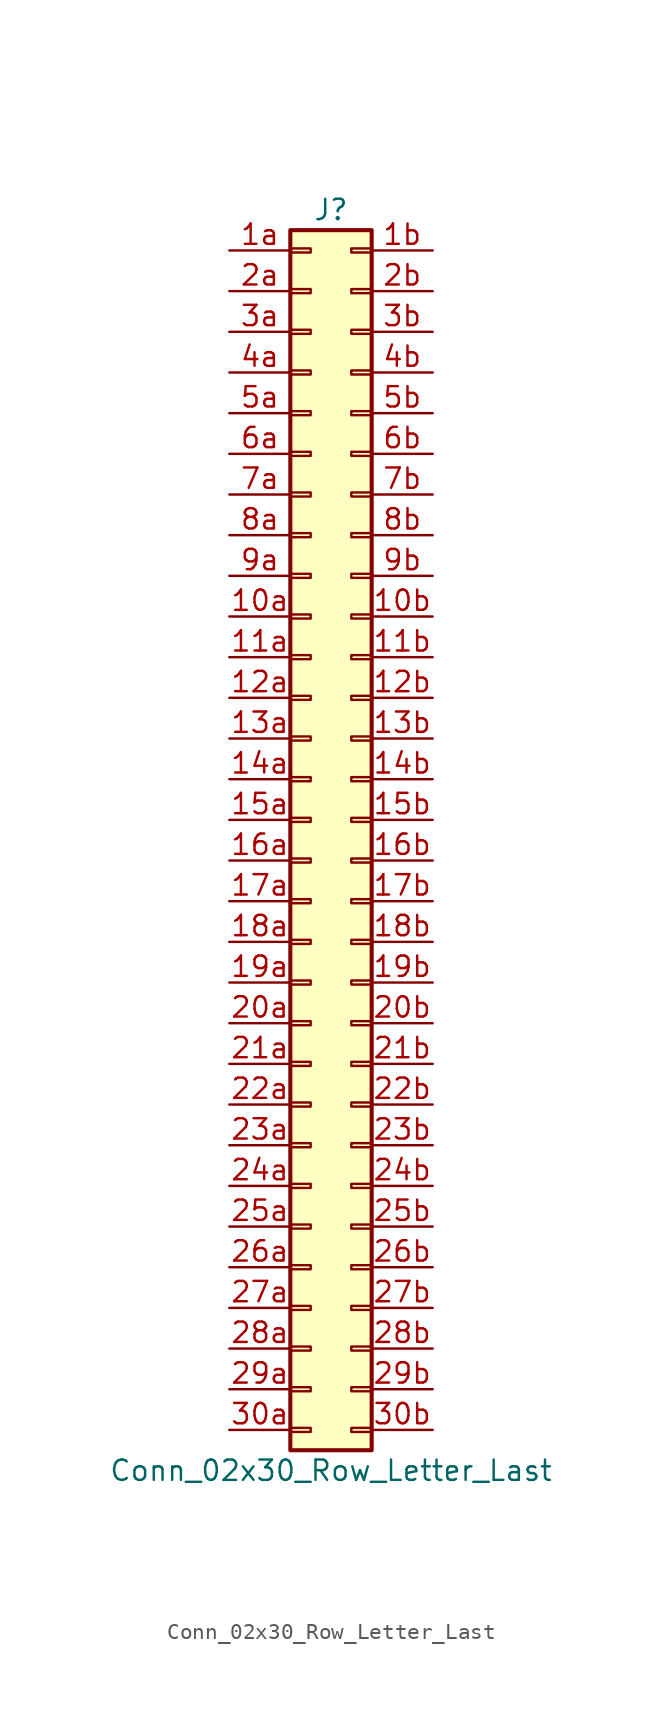
<source format=kicad_sym>
(kicad_symbol_lib
  (version 20201005)
  (generator kicad_symbol_editor)
  (symbol "Conn_02x30_Row_Letter_Last"
    (pin_names
      (offset 1.016) hide)
    (property "Reference" "J"
      (at 1.27 38.1 0)
      (effects (font (size 1.27 1.27))))
    (property "Value" "Conn_02x30_Row_Letter_Last"
      (at 1.27 -40.64 0)
      (effects (font (size 1.27 1.27))))
    (symbol "Conn_02x30_Row_Letter_Last_1_1"
      (rectangle (start -1.27 -37.973) (end 0 -38.227) (stroke (width 0.152)) (fill (type none)))
      (rectangle (start -1.27 -35.433) (end 0 -35.687) (stroke (width 0.152)) (fill (type none)))
      (rectangle (start -1.27 -32.893) (end 0 -33.147) (stroke (width 0.152)) (fill (type none)))
      (rectangle (start -1.27 -30.353) (end 0 -30.607) (stroke (width 0.152)) (fill (type none)))
      (rectangle (start -1.27 -27.813) (end 0 -28.067) (stroke (width 0.152)) (fill (type none)))
      (rectangle (start -1.27 -25.273) (end 0 -25.527) (stroke (width 0.152)) (fill (type none)))
      (rectangle (start -1.27 -22.733) (end 0 -22.987) (stroke (width 0.152)) (fill (type none)))
      (rectangle (start -1.27 -20.193) (end 0 -20.447) (stroke (width 0.152)) (fill (type none)))
      (rectangle (start -1.27 -17.653) (end 0 -17.907) (stroke (width 0.152)) (fill (type none)))
      (rectangle (start -1.27 -15.113) (end 0 -15.367) (stroke (width 0.152)) (fill (type none)))
      (rectangle (start -1.27 -12.573) (end 0 -12.827) (stroke (width 0.152)) (fill (type none)))
      (rectangle (start -1.27 -10.033) (end 0 -10.287) (stroke (width 0.152)) (fill (type none)))
      (rectangle (start -1.27 -7.493) (end 0 -7.747) (stroke (width 0.152)) (fill (type none)))
      (rectangle (start -1.27 -4.953) (end 0 -5.207) (stroke (width 0.152)) (fill (type none)))
      (rectangle (start -1.27 -2.413) (end 0 -2.667) (stroke (width 0.152)) (fill (type none)))
      (rectangle (start -1.27 0.127) (end 0 -0.127) (stroke (width 0.152)) (fill (type none)))
      (rectangle (start -1.27 2.667) (end 0 2.413) (stroke (width 0.152)) (fill (type none)))
      (rectangle (start -1.27 5.207) (end 0 4.953) (stroke (width 0.152)) (fill (type none)))
      (rectangle (start -1.27 7.747) (end 0 7.493) (stroke (width 0.152)) (fill (type none)))
      (rectangle (start -1.27 10.287) (end 0 10.033) (stroke (width 0.152)) (fill (type none)))
      (rectangle (start -1.27 12.827) (end 0 12.573) (stroke (width 0.152)) (fill (type none)))
      (rectangle (start -1.27 15.367) (end 0 15.113) (stroke (width 0.152)) (fill (type none)))
      (rectangle (start -1.27 17.907) (end 0 17.653) (stroke (width 0.152)) (fill (type none)))
      (rectangle (start -1.27 20.447) (end 0 20.193) (stroke (width 0.152)) (fill (type none)))
      (rectangle (start -1.27 22.987) (end 0 22.733) (stroke (width 0.152)) (fill (type none)))
      (rectangle (start -1.27 25.527) (end 0 25.273) (stroke (width 0.152)) (fill (type none)))
      (rectangle (start -1.27 28.067) (end 0 27.813) (stroke (width 0.152)) (fill (type none)))
      (rectangle (start -1.27 30.607) (end 0 30.353) (stroke (width 0.152)) (fill (type none)))
      (rectangle (start -1.27 33.147) (end 0 32.893) (stroke (width 0.152)) (fill (type none)))
      (rectangle (start -1.27 35.687) (end 0 35.433) (stroke (width 0.152)) (fill (type none)))
      (rectangle (start 3.81 -37.973) (end 2.54 -38.227) (stroke (width 0.152)) (fill (type none)))
      (rectangle (start 3.81 -35.433) (end 2.54 -35.687) (stroke (width 0.152)) (fill (type none)))
      (rectangle (start 3.81 -32.893) (end 2.54 -33.147) (stroke (width 0.152)) (fill (type none)))
      (rectangle (start 3.81 -30.353) (end 2.54 -30.607) (stroke (width 0.152)) (fill (type none)))
      (rectangle (start 3.81 -27.813) (end 2.54 -28.067) (stroke (width 0.152)) (fill (type none)))
      (rectangle (start 3.81 -25.273) (end 2.54 -25.527) (stroke (width 0.152)) (fill (type none)))
      (rectangle (start 3.81 -22.733) (end 2.54 -22.987) (stroke (width 0.152)) (fill (type none)))
      (rectangle (start 3.81 -20.193) (end 2.54 -20.447) (stroke (width 0.152)) (fill (type none)))
      (rectangle (start 3.81 -17.653) (end 2.54 -17.907) (stroke (width 0.152)) (fill (type none)))
      (rectangle (start 3.81 -15.113) (end 2.54 -15.367) (stroke (width 0.152)) (fill (type none)))
      (rectangle (start 3.81 -12.573) (end 2.54 -12.827) (stroke (width 0.152)) (fill (type none)))
      (rectangle (start 3.81 -10.033) (end 2.54 -10.287) (stroke (width 0.152)) (fill (type none)))
      (rectangle (start 3.81 -7.493) (end 2.54 -7.747) (stroke (width 0.152)) (fill (type none)))
      (rectangle (start 3.81 -4.953) (end 2.54 -5.207) (stroke (width 0.152)) (fill (type none)))
      (rectangle (start 3.81 -2.413) (end 2.54 -2.667) (stroke (width 0.152)) (fill (type none)))
      (rectangle (start 3.81 0.127) (end 2.54 -0.127) (stroke (width 0.152)) (fill (type none)))
      (rectangle (start 3.81 2.667) (end 2.54 2.413) (stroke (width 0.152)) (fill (type none)))
      (rectangle (start 3.81 5.207) (end 2.54 4.953) (stroke (width 0.152)) (fill (type none)))
      (rectangle (start 3.81 7.747) (end 2.54 7.493) (stroke (width 0.152)) (fill (type none)))
      (rectangle (start 3.81 10.287) (end 2.54 10.033) (stroke (width 0.152)) (fill (type none)))
      (rectangle (start 3.81 12.827) (end 2.54 12.573) (stroke (width 0.152)) (fill (type none)))
      (rectangle (start 3.81 15.367) (end 2.54 15.113) (stroke (width 0.152)) (fill (type none)))
      (rectangle (start 3.81 17.907) (end 2.54 17.653) (stroke (width 0.152)) (fill (type none)))
      (rectangle (start 3.81 20.447) (end 2.54 20.193) (stroke (width 0.152)) (fill (type none)))
      (rectangle (start 3.81 22.987) (end 2.54 22.733) (stroke (width 0.152)) (fill (type none)))
      (rectangle (start 3.81 25.527) (end 2.54 25.273) (stroke (width 0.152)) (fill (type none)))
      (rectangle (start 3.81 28.067) (end 2.54 27.813) (stroke (width 0.152)) (fill (type none)))
      (rectangle (start 3.81 30.607) (end 2.54 30.353) (stroke (width 0.152)) (fill (type none)))
      (rectangle (start 3.81 33.147) (end 2.54 32.893) (stroke (width 0.152)) (fill (type none)))
      (rectangle (start 3.81 35.687) (end 2.54 35.433) (stroke (width 0.152)) (fill (type none)))
      (rectangle (start -1.27 36.83) (end 3.81 -39.37) (stroke (width 0.254)) (fill (type background)))
      (pin passive line (at -5.08 12.7 0) (length 3.81) (name "Pin_10a" (effects (font (size 1.27 1.27)))) (number "10a" (effects (font (size 1.27 1.27)))))
      (pin passive line (at 7.62 12.7 180) (length 3.81) (name "Pin_10b" (effects (font (size 1.27 1.27)))) (number "10b" (effects (font (size 1.27 1.27)))))
      (pin passive line (at -5.08 10.16 0) (length 3.81) (name "Pin_11a" (effects (font (size 1.27 1.27)))) (number "11a" (effects (font (size 1.27 1.27)))))
      (pin passive line (at 7.62 10.16 180) (length 3.81) (name "Pin_11b" (effects (font (size 1.27 1.27)))) (number "11b" (effects (font (size 1.27 1.27)))))
      (pin passive line (at -5.08 7.62 0) (length 3.81) (name "Pin_12a" (effects (font (size 1.27 1.27)))) (number "12a" (effects (font (size 1.27 1.27)))))
      (pin passive line (at 7.62 7.62 180) (length 3.81) (name "Pin_12b" (effects (font (size 1.27 1.27)))) (number "12b" (effects (font (size 1.27 1.27)))))
      (pin passive line (at -5.08 5.08 0) (length 3.81) (name "Pin_13a" (effects (font (size 1.27 1.27)))) (number "13a" (effects (font (size 1.27 1.27)))))
      (pin passive line (at 7.62 5.08 180) (length 3.81) (name "Pin_13b" (effects (font (size 1.27 1.27)))) (number "13b" (effects (font (size 1.27 1.27)))))
      (pin passive line (at -5.08 2.54 0) (length 3.81) (name "Pin_14a" (effects (font (size 1.27 1.27)))) (number "14a" (effects (font (size 1.27 1.27)))))
      (pin passive line (at 7.62 2.54 180) (length 3.81) (name "Pin_14b" (effects (font (size 1.27 1.27)))) (number "14b" (effects (font (size 1.27 1.27)))))
      (pin passive line (at -5.08 0 0) (length 3.81) (name "Pin_15a" (effects (font (size 1.27 1.27)))) (number "15a" (effects (font (size 1.27 1.27)))))
      (pin passive line (at 7.62 0 180) (length 3.81) (name "Pin_15b" (effects (font (size 1.27 1.27)))) (number "15b" (effects (font (size 1.27 1.27)))))
      (pin passive line (at -5.08 -2.54 0) (length 3.81) (name "Pin_16a" (effects (font (size 1.27 1.27)))) (number "16a" (effects (font (size 1.27 1.27)))))
      (pin passive line (at 7.62 -2.54 180) (length 3.81) (name "Pin_16b" (effects (font (size 1.27 1.27)))) (number "16b" (effects (font (size 1.27 1.27)))))
      (pin passive line (at -5.08 -5.08 0) (length 3.81) (name "Pin_17a" (effects (font (size 1.27 1.27)))) (number "17a" (effects (font (size 1.27 1.27)))))
      (pin passive line (at 7.62 -5.08 180) (length 3.81) (name "Pin_17b" (effects (font (size 1.27 1.27)))) (number "17b" (effects (font (size 1.27 1.27)))))
      (pin passive line (at -5.08 -7.62 0) (length 3.81) (name "Pin_18a" (effects (font (size 1.27 1.27)))) (number "18a" (effects (font (size 1.27 1.27)))))
      (pin passive line (at 7.62 -7.62 180) (length 3.81) (name "Pin_18b" (effects (font (size 1.27 1.27)))) (number "18b" (effects (font (size 1.27 1.27)))))
      (pin passive line (at -5.08 -10.16 0) (length 3.81) (name "Pin_19a" (effects (font (size 1.27 1.27)))) (number "19a" (effects (font (size 1.27 1.27)))))
      (pin passive line (at 7.62 -10.16 180) (length 3.81) (name "Pin_19b" (effects (font (size 1.27 1.27)))) (number "19b" (effects (font (size 1.27 1.27)))))
      (pin passive line (at -5.08 35.56 0) (length 3.81) (name "Pin_1a" (effects (font (size 1.27 1.27)))) (number "1a" (effects (font (size 1.27 1.27)))))
      (pin passive line (at 7.62 35.56 180) (length 3.81) (name "Pin_1b" (effects (font (size 1.27 1.27)))) (number "1b" (effects (font (size 1.27 1.27)))))
      (pin passive line (at -5.08 -12.7 0) (length 3.81) (name "Pin_20a" (effects (font (size 1.27 1.27)))) (number "20a" (effects (font (size 1.27 1.27)))))
      (pin passive line (at 7.62 -12.7 180) (length 3.81) (name "Pin_20b" (effects (font (size 1.27 1.27)))) (number "20b" (effects (font (size 1.27 1.27)))))
      (pin passive line (at -5.08 -15.24 0) (length 3.81) (name "Pin_21a" (effects (font (size 1.27 1.27)))) (number "21a" (effects (font (size 1.27 1.27)))))
      (pin passive line (at 7.62 -15.24 180) (length 3.81) (name "Pin_21b" (effects (font (size 1.27 1.27)))) (number "21b" (effects (font (size 1.27 1.27)))))
      (pin passive line (at -5.08 -17.78 0) (length 3.81) (name "Pin_22a" (effects (font (size 1.27 1.27)))) (number "22a" (effects (font (size 1.27 1.27)))))
      (pin passive line (at 7.62 -17.78 180) (length 3.81) (name "Pin_22b" (effects (font (size 1.27 1.27)))) (number "22b" (effects (font (size 1.27 1.27)))))
      (pin passive line (at -5.08 -20.32 0) (length 3.81) (name "Pin_23a" (effects (font (size 1.27 1.27)))) (number "23a" (effects (font (size 1.27 1.27)))))
      (pin passive line (at 7.62 -20.32 180) (length 3.81) (name "Pin_23b" (effects (font (size 1.27 1.27)))) (number "23b" (effects (font (size 1.27 1.27)))))
      (pin passive line (at -5.08 -22.86 0) (length 3.81) (name "Pin_24a" (effects (font (size 1.27 1.27)))) (number "24a" (effects (font (size 1.27 1.27)))))
      (pin passive line (at 7.62 -22.86 180) (length 3.81) (name "Pin_24b" (effects (font (size 1.27 1.27)))) (number "24b" (effects (font (size 1.27 1.27)))))
      (pin passive line (at -5.08 -25.4 0) (length 3.81) (name "Pin_25a" (effects (font (size 1.27 1.27)))) (number "25a" (effects (font (size 1.27 1.27)))))
      (pin passive line (at 7.62 -25.4 180) (length 3.81) (name "Pin_25b" (effects (font (size 1.27 1.27)))) (number "25b" (effects (font (size 1.27 1.27)))))
      (pin passive line (at -5.08 -27.94 0) (length 3.81) (name "Pin_26a" (effects (font (size 1.27 1.27)))) (number "26a" (effects (font (size 1.27 1.27)))))
      (pin passive line (at 7.62 -27.94 180) (length 3.81) (name "Pin_26b" (effects (font (size 1.27 1.27)))) (number "26b" (effects (font (size 1.27 1.27)))))
      (pin passive line (at -5.08 -30.48 0) (length 3.81) (name "Pin_27a" (effects (font (size 1.27 1.27)))) (number "27a" (effects (font (size 1.27 1.27)))))
      (pin passive line (at 7.62 -30.48 180) (length 3.81) (name "Pin_27b" (effects (font (size 1.27 1.27)))) (number "27b" (effects (font (size 1.27 1.27)))))
      (pin passive line (at -5.08 -33.02 0) (length 3.81) (name "Pin_28a" (effects (font (size 1.27 1.27)))) (number "28a" (effects (font (size 1.27 1.27)))))
      (pin passive line (at 7.62 -33.02 180) (length 3.81) (name "Pin_28b" (effects (font (size 1.27 1.27)))) (number "28b" (effects (font (size 1.27 1.27)))))
      (pin passive line (at -5.08 -35.56 0) (length 3.81) (name "Pin_29a" (effects (font (size 1.27 1.27)))) (number "29a" (effects (font (size 1.27 1.27)))))
      (pin passive line (at 7.62 -35.56 180) (length 3.81) (name "Pin_29b" (effects (font (size 1.27 1.27)))) (number "29b" (effects (font (size 1.27 1.27)))))
      (pin passive line (at -5.08 33.02 0) (length 3.81) (name "Pin_2a" (effects (font (size 1.27 1.27)))) (number "2a" (effects (font (size 1.27 1.27)))))
      (pin passive line (at 7.62 33.02 180) (length 3.81) (name "Pin_2b" (effects (font (size 1.27 1.27)))) (number "2b" (effects (font (size 1.27 1.27)))))
      (pin passive line (at -5.08 -38.1 0) (length 3.81) (name "Pin_30a" (effects (font (size 1.27 1.27)))) (number "30a" (effects (font (size 1.27 1.27)))))
      (pin passive line (at 7.62 -38.1 180) (length 3.81) (name "Pin_30b" (effects (font (size 1.27 1.27)))) (number "30b" (effects (font (size 1.27 1.27)))))
      (pin passive line (at -5.08 30.48 0) (length 3.81) (name "Pin_3a" (effects (font (size 1.27 1.27)))) (number "3a" (effects (font (size 1.27 1.27)))))
      (pin passive line (at 7.62 30.48 180) (length 3.81) (name "Pin_3b" (effects (font (size 1.27 1.27)))) (number "3b" (effects (font (size 1.27 1.27)))))
      (pin passive line (at -5.08 27.94 0) (length 3.81) (name "Pin_4a" (effects (font (size 1.27 1.27)))) (number "4a" (effects (font (size 1.27 1.27)))))
      (pin passive line (at 7.62 27.94 180) (length 3.81) (name "Pin_4b" (effects (font (size 1.27 1.27)))) (number "4b" (effects (font (size 1.27 1.27)))))
      (pin passive line (at -5.08 25.4 0) (length 3.81) (name "Pin_5a" (effects (font (size 1.27 1.27)))) (number "5a" (effects (font (size 1.27 1.27)))))
      (pin passive line (at 7.62 25.4 180) (length 3.81) (name "Pin_5b" (effects (font (size 1.27 1.27)))) (number "5b" (effects (font (size 1.27 1.27)))))
      (pin passive line (at -5.08 22.86 0) (length 3.81) (name "Pin_6a" (effects (font (size 1.27 1.27)))) (number "6a" (effects (font (size 1.27 1.27)))))
      (pin passive line (at 7.62 22.86 180) (length 3.81) (name "Pin_6b" (effects (font (size 1.27 1.27)))) (number "6b" (effects (font (size 1.27 1.27)))))
      (pin passive line (at -5.08 20.32 0) (length 3.81) (name "Pin_7a" (effects (font (size 1.27 1.27)))) (number "7a" (effects (font (size 1.27 1.27)))))
      (pin passive line (at 7.62 20.32 180) (length 3.81) (name "Pin_7b" (effects (font (size 1.27 1.27)))) (number "7b" (effects (font (size 1.27 1.27)))))
      (pin passive line (at -5.08 17.78 0) (length 3.81) (name "Pin_8a" (effects (font (size 1.27 1.27)))) (number "8a" (effects (font (size 1.27 1.27)))))
      (pin passive line (at 7.62 17.78 180) (length 3.81) (name "Pin_8b" (effects (font (size 1.27 1.27)))) (number "8b" (effects (font (size 1.27 1.27)))))
      (pin passive line (at -5.08 15.24 0) (length 3.81) (name "Pin_9a" (effects (font (size 1.27 1.27)))) (number "9a" (effects (font (size 1.27 1.27)))))
      (pin passive line (at 7.62 15.24 180) (length 3.81) (name "Pin_9b" (effects (font (size 1.27 1.27)))) (number "9b" (effects (font (size 1.27 1.27))))))))
</source>
